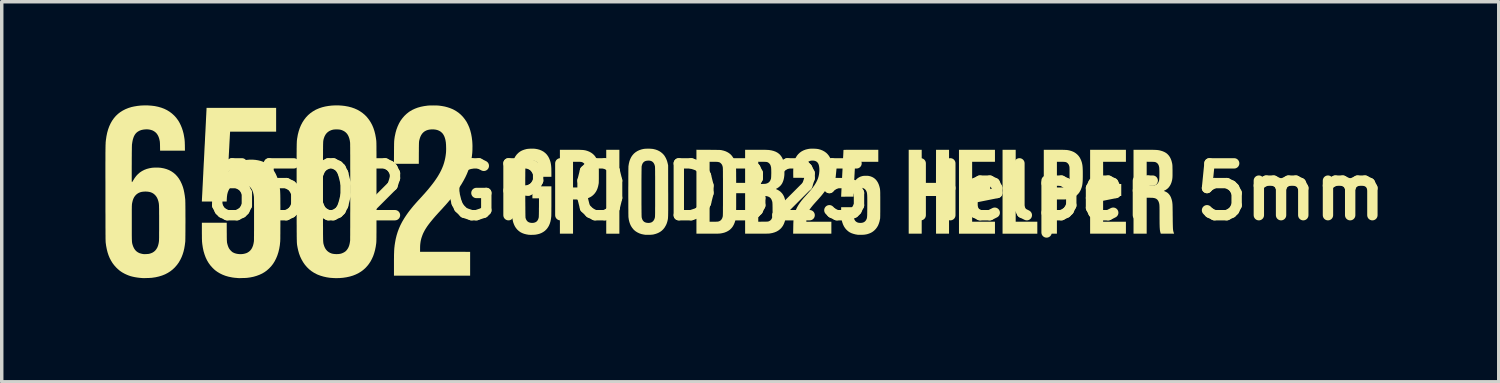
<source format=kicad_pcb>
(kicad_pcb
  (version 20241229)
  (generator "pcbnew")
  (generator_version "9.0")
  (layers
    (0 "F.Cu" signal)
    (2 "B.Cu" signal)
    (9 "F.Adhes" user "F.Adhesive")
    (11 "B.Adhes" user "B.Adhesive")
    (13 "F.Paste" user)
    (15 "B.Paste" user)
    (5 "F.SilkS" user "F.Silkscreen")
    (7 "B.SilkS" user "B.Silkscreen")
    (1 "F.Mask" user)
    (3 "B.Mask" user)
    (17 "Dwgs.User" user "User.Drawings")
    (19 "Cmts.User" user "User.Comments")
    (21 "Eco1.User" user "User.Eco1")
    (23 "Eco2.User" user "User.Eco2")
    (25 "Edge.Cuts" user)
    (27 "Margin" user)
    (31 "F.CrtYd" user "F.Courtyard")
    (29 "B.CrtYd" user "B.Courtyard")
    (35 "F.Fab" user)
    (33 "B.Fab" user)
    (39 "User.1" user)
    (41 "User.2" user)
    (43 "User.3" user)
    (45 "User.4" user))
  (footprint "6502 GPIO DB25 Helper 5mm"
    (layer "F.Cu")
    (at 19.987 2.499)
    (property "Reference" "6502 GPIO DB25 Helper 5mm" (at 0 0 0) (layer "F.SilkS") (effects (font (size 1.5 1.5) (thickness 0.3))))
    (attr board_only exclude_from_pos_files exclude_from_bom)
    (fp_poly (pts (xy -5.113 0) (xy -5.113 1.214) (xy -5.303 1.214) (xy -5.493 1.214) (xy -5.493 0) (xy -5.493 -1.214) (xy -5.303 -1.214) (xy -5.113 -1.214)) (stroke (width 0) (type solid)) (fill yes) (layer "F.SilkS"))
    (fp_poly (pts (xy 6.356 -0.173) (xy 6.356 0.867) (xy 6.669 0.867) (xy 6.982 0.867) (xy 6.982 1.041) (xy 6.982 1.214) (xy 6.479 1.214) (xy 5.976 1.214) (xy 5.976 0) (xy 5.976 -1.214) (xy 6.166 -1.214) (xy 6.356 -1.214)) (stroke (width 0) (type solid)) (fill yes) (layer "F.SilkS"))
    (fp_poly (pts (xy 3.637 -0.72) (xy 3.638 -0.226) (xy 3.843 -0.226) (xy 4.049 -0.226) (xy 4.05 -0.72) (xy 4.051 -1.214) (xy 4.239 -1.214) (xy 4.427 -1.214) (xy 4.427 0) (xy 4.427 1.214) (xy 4.239 1.214) (xy 4.051 1.214) (xy 4.051 0.668) (xy 4.051 0.123) (xy 3.843 0.123) (xy 3.636 0.123) (xy 3.636 0.668) (xy 3.636 1.214) (xy 3.448 1.214) (xy 3.26 1.214) (xy 3.26 0) (xy 3.26 -1.214) (xy 3.448 -1.214) (xy 3.636 -1.214)) (stroke (width 0) (type solid)) (fill yes) (layer "F.SilkS"))
    (fp_poly (pts (xy 5.756 -1.041) (xy 5.756 -0.867) (xy 5.426 -0.867) (xy 5.096 -0.867) (xy 5.096 -0.546) (xy 5.096 -0.224) (xy 5.358 -0.224) (xy 5.62 -0.224) (xy 5.62 -0.051) (xy 5.62 0.123) (xy 5.358 0.123) (xy 5.096 0.123) (xy 5.096 0.495) (xy 5.096 0.867) (xy 5.426 0.867) (xy 5.756 0.867) (xy 5.756 1.041) (xy 5.756 1.214) (xy 5.235 1.214) (xy 4.715 1.214) (xy 4.715 0) (xy 4.715 -1.214) (xy 5.235 -1.214) (xy 5.756 -1.214)) (stroke (width 0) (type solid)) (fill yes) (layer "F.SilkS"))
    (fp_poly (pts (xy 9.546 -1.041) (xy 9.546 -0.867) (xy 9.216 -0.867) (xy 8.886 -0.867) (xy 8.887 -0.547) (xy 8.888 -0.226) (xy 9.15 -0.225) (xy 9.411 -0.224) (xy 9.411 -0.051) (xy 9.411 0.123) (xy 9.148 0.123) (xy 8.886 0.123) (xy 8.886 0.495) (xy 8.886 0.867) (xy 9.216 0.867) (xy 9.546 0.867) (xy 9.546 1.041) (xy 9.546 1.214) (xy 9.028 1.214) (xy 8.51 1.214) (xy 8.51 0) (xy 8.51 -1.214) (xy 9.028 -1.214) (xy 9.546 -1.214)) (stroke (width 0) (type solid)) (fill yes) (layer "F.SilkS"))
    (fp_poly (pts (xy -6.458 -1.214) (xy -6.4 -1.214) (xy -6.348 -1.214) (xy -6.303 -1.213) (xy -6.264 -1.213) (xy -6.23 -1.212) (xy -6.201 -1.21) (xy -6.175 -1.209) (xy -6.153 -1.207) (xy -6.133 -1.204) (xy -6.115 -1.201) (xy -6.098 -1.198) (xy -6.081 -1.194) (xy -6.065 -1.189) (xy -6.047 -1.184) (xy -6.041 -1.182) (xy -5.982 -1.159) (xy -5.928 -1.129) (xy -5.88 -1.094) (xy -5.837 -1.052) (xy -5.801 -1.004) (xy -5.77 -0.949) (xy -5.744 -0.889) (xy -5.731 -0.846) (xy -5.726 -0.827) (xy -5.722 -0.81) (xy -5.718 -0.793) (xy -5.715 -0.777) (xy -5.713 -0.759) (xy -5.711 -0.739) (xy -5.71 -0.717) (xy -5.709 -0.69) (xy -5.708 -0.66) (xy -5.707 -0.624) (xy -5.707 -0.582) (xy -5.707 -0.533) (xy -5.707 -0.495) (xy -5.707 -0.444) (xy -5.707 -0.4) (xy -5.707 -0.364) (xy -5.708 -0.333) (xy -5.708 -0.308) (xy -5.709 -0.287) (xy -5.709 -0.269) (xy -5.71 -0.255) (xy -5.711 -0.243) (xy -5.713 -0.232) (xy -5.715 -0.221) (xy -5.715 -0.22) (xy -5.728 -0.156) (xy -5.745 -0.099) (xy -5.766 -0.047) (xy -5.791 -0.001) (xy -5.821 0.042) (xy -5.848 0.073) (xy -5.88 0.104) (xy -5.913 0.13) (xy -5.948 0.152) (xy -5.964 0.16) (xy -5.997 0.176) (xy -6.03 0.189) (xy -6.064 0.2) (xy -6.1 0.208) (xy -6.139 0.215) (xy -6.182 0.219) (xy -6.23 0.222) (xy -6.285 0.224) (xy -6.33 0.224) (xy -6.454 0.224) (xy -6.454 0.719) (xy -6.454 1.214) (xy -6.644 1.214) (xy -6.834 1.214) (xy -6.834 0) (xy -6.834 -0.495) (xy -6.454 -0.495) (xy -6.454 -0.123) (xy -6.343 -0.123) (xy -6.303 -0.123) (xy -6.272 -0.123) (xy -6.247 -0.124) (xy -6.229 -0.126) (xy -6.215 -0.127) (xy -6.21 -0.129) (xy -6.176 -0.141) (xy -6.147 -0.159) (xy -6.125 -0.182) (xy -6.108 -0.211) (xy -6.096 -0.247) (xy -6.092 -0.264) (xy -6.09 -0.278) (xy -6.089 -0.298) (xy -6.088 -0.325) (xy -6.087 -0.357) (xy -6.086 -0.393) (xy -6.085 -0.432) (xy -6.085 -0.473) (xy -6.085 -0.514) (xy -6.085 -0.555) (xy -6.086 -0.593) (xy -6.086 -0.63) (xy -6.087 -0.662) (xy -6.089 -0.689) (xy -6.09 -0.711) (xy -6.092 -0.724) (xy -6.092 -0.725) (xy -6.102 -0.764) (xy -6.117 -0.796) (xy -6.136 -0.821) (xy -6.161 -0.84) (xy -6.166 -0.844) (xy -6.179 -0.85) (xy -6.191 -0.856) (xy -6.204 -0.86) (xy -6.219 -0.863) (xy -6.236 -0.865) (xy -6.258 -0.866) (xy -6.285 -0.867) (xy -6.319 -0.867) (xy -6.343 -0.867) (xy -6.454 -0.867) (xy -6.454 -0.495) (xy -6.834 -0.495) (xy -6.834 -1.214) (xy -6.524 -1.214)) (stroke (width 0) (type solid)) (fill yes) (layer "F.SilkS"))
    (fp_poly (pts (xy 7.481 -1.214) (xy 7.544 -1.214) (xy 7.6 -1.214) (xy 7.648 -1.214) (xy 7.69 -1.213) (xy 7.727 -1.213) (xy 7.758 -1.212) (xy 7.785 -1.211) (xy 7.808 -1.21) (xy 7.828 -1.209) (xy 7.846 -1.207) (xy 7.863 -1.205) (xy 7.878 -1.202) (xy 7.893 -1.199) (xy 7.909 -1.196) (xy 7.92 -1.193) (xy 7.982 -1.174) (xy 8.04 -1.149) (xy 8.091 -1.117) (xy 8.137 -1.079) (xy 8.178 -1.035) (xy 8.213 -0.985) (xy 8.241 -0.928) (xy 8.259 -0.882) (xy 8.268 -0.855) (xy 8.275 -0.828) (xy 8.281 -0.801) (xy 8.286 -0.773) (xy 8.29 -0.742) (xy 8.293 -0.708) (xy 8.295 -0.67) (xy 8.297 -0.626) (xy 8.298 -0.576) (xy 8.298 -0.519) (xy 8.298 -0.495) (xy 8.298 -0.435) (xy 8.297 -0.383) (xy 8.296 -0.337) (xy 8.294 -0.296) (xy 8.291 -0.261) (xy 8.288 -0.229) (xy 8.283 -0.199) (xy 8.278 -0.172) (xy 8.271 -0.146) (xy 8.263 -0.119) (xy 8.259 -0.108) (xy 8.235 -0.047) (xy 8.205 0.008) (xy 8.169 0.057) (xy 8.127 0.099) (xy 8.08 0.136) (xy 8.027 0.166) (xy 7.968 0.189) (xy 7.919 0.203) (xy 7.892 0.209) (xy 7.865 0.214) (xy 7.837 0.218) (xy 7.806 0.221) (xy 7.772 0.223) (xy 7.733 0.224) (xy 7.687 0.224) (xy 7.671 0.224) (xy 7.549 0.224) (xy 7.549 0.719) (xy 7.549 1.214) (xy 7.359 1.214) (xy 7.169 1.214) (xy 7.169 0) (xy 7.169 -0.495) (xy 7.549 -0.495) (xy 7.549 -0.123) (xy 7.66 -0.123) (xy 7.696 -0.123) (xy 7.724 -0.123) (xy 7.746 -0.124) (xy 7.764 -0.125) (xy 7.777 -0.126) (xy 7.788 -0.128) (xy 7.794 -0.13) (xy 7.82 -0.138) (xy 7.84 -0.148) (xy 7.857 -0.162) (xy 7.865 -0.17) (xy 7.882 -0.191) (xy 7.895 -0.214) (xy 7.905 -0.243) (xy 7.908 -0.253) (xy 7.91 -0.26) (xy 7.911 -0.268) (xy 7.912 -0.278) (xy 7.913 -0.29) (xy 7.914 -0.306) (xy 7.914 -0.326) (xy 7.915 -0.35) (xy 7.915 -0.38) (xy 7.915 -0.416) (xy 7.915 -0.46) (xy 7.915 -0.495) (xy 7.915 -0.544) (xy 7.915 -0.585) (xy 7.915 -0.62) (xy 7.915 -0.648) (xy 7.914 -0.671) (xy 7.914 -0.689) (xy 7.913 -0.704) (xy 7.912 -0.715) (xy 7.911 -0.724) (xy 7.909 -0.732) (xy 7.908 -0.737) (xy 7.897 -0.772) (xy 7.882 -0.799) (xy 7.863 -0.822) (xy 7.861 -0.824) (xy 7.848 -0.835) (xy 7.835 -0.845) (xy 7.821 -0.852) (xy 7.805 -0.858) (xy 7.786 -0.862) (xy 7.763 -0.864) (xy 7.735 -0.866) (xy 7.701 -0.867) (xy 7.659 -0.867) (xy 7.658 -0.867) (xy 7.549 -0.867) (xy 7.549 -0.495) (xy 7.169 -0.495) (xy 7.169 -1.214)) (stroke (width 0) (type solid)) (fill yes) (layer "F.SilkS"))
    (fp_poly (pts (xy 0.491 -1.247) (xy 0.529 -1.246) (xy 0.566 -1.244) (xy 0.601 -1.241) (xy 0.629 -1.237) (xy 0.639 -1.236) (xy 0.705 -1.218) (xy 0.766 -1.194) (xy 0.821 -1.164) (xy 0.871 -1.128) (xy 0.915 -1.085) (xy 0.953 -1.037) (xy 0.985 -0.982) (xy 1.011 -0.922) (xy 1.031 -0.856) (xy 1.038 -0.824) (xy 1.051 -0.736) (xy 1.056 -0.647) (xy 1.052 -0.559) (xy 1.04 -0.471) (xy 1.02 -0.384) (xy 0.991 -0.299) (xy 0.955 -0.215) (xy 0.91 -0.133) (xy 0.897 -0.11) (xy 0.873 -0.073) (xy 0.849 -0.038) (xy 0.825 -0.003) (xy 0.798 0.032) (xy 0.77 0.068) (xy 0.739 0.107) (xy 0.705 0.147) (xy 0.666 0.191) (xy 0.623 0.24) (xy 0.574 0.293) (xy 0.567 0.301) (xy 0.515 0.359) (xy 0.47 0.412) (xy 0.431 0.461) (xy 0.398 0.508) (xy 0.37 0.552) (xy 0.347 0.595) (xy 0.329 0.636) (xy 0.316 0.677) (xy 0.306 0.718) (xy 0.301 0.76) (xy 0.298 0.804) (xy 0.298 0.815) (xy 0.298 0.867) (xy 0.66 0.867) (xy 1.022 0.867) (xy 1.022 1.041) (xy 1.022 1.214) (xy 0.469 1.214) (xy -0.084 1.214) (xy -0.081 1.033) (xy -0.08 0.975) (xy -0.079 0.924) (xy -0.077 0.88) (xy -0.075 0.841) (xy -0.073 0.807) (xy -0.07 0.775) (xy -0.066 0.746) (xy -0.061 0.718) (xy -0.056 0.691) (xy -0.049 0.662) (xy -0.046 0.651) (xy -0.026 0.583) (xy -0.001 0.517) (xy 0.03 0.451) (xy 0.068 0.385) (xy 0.113 0.318) (xy 0.165 0.249) (xy 0.172 0.241) (xy 0.184 0.227) (xy 0.195 0.213) (xy 0.206 0.199) (xy 0.219 0.185) (xy 0.233 0.169) (xy 0.249 0.151) (xy 0.269 0.129) (xy 0.293 0.102) (xy 0.321 0.071) (xy 0.328 0.063) (xy 0.375 0.01) (xy 0.419 -0.041) (xy 0.458 -0.089) (xy 0.492 -0.133) (xy 0.521 -0.172) (xy 0.527 -0.18) (xy 0.57 -0.249) (xy 0.606 -0.317) (xy 0.634 -0.384) (xy 0.654 -0.452) (xy 0.667 -0.521) (xy 0.674 -0.592) (xy 0.675 -0.627) (xy 0.673 -0.684) (xy 0.667 -0.733) (xy 0.658 -0.775) (xy 0.644 -0.811) (xy 0.626 -0.84) (xy 0.603 -0.864) (xy 0.575 -0.882) (xy 0.544 -0.894) (xy 0.525 -0.898) (xy 0.501 -0.901) (xy 0.474 -0.901) (xy 0.448 -0.901) (xy 0.426 -0.898) (xy 0.419 -0.897) (xy 0.385 -0.885) (xy 0.354 -0.866) (xy 0.329 -0.841) (xy 0.309 -0.811) (xy 0.306 -0.806) (xy 0.3 -0.792) (xy 0.295 -0.779) (xy 0.291 -0.765) (xy 0.288 -0.751) (xy 0.285 -0.734) (xy 0.283 -0.714) (xy 0.282 -0.69) (xy 0.28 -0.661) (xy 0.28 -0.626) (xy 0.279 -0.584) (xy 0.278 -0.562) (xy 0.276 -0.402) (xy 0.098 -0.403) (xy -0.08 -0.404) (xy -0.082 -0.501) (xy -0.082 -0.576) (xy -0.081 -0.642) (xy -0.077 -0.702) (xy -0.073 -0.756) (xy -0.066 -0.804) (xy -0.058 -0.848) (xy -0.053 -0.868) (xy -0.032 -0.934) (xy -0.005 -0.993) (xy 0.028 -1.046) (xy 0.067 -1.093) (xy 0.112 -1.134) (xy 0.162 -1.169) (xy 0.218 -1.198) (xy 0.28 -1.221) (xy 0.347 -1.237) (xy 0.393 -1.244) (xy 0.42 -1.246) (xy 0.454 -1.247)) (stroke (width 0) (type solid)) (fill yes) (layer "F.SilkS"))
    (fp_poly (pts (xy -2.539 -1.213) (xy -2.476 -1.213) (xy -2.421 -1.212) (xy -2.373 -1.212) (xy -2.331 -1.212) (xy -2.296 -1.211) (xy -2.266 -1.211) (xy -2.242 -1.21) (xy -2.221 -1.21) (xy -2.204 -1.209) (xy -2.191 -1.208) (xy -2.18 -1.207) (xy -2.17 -1.206) (xy -2.163 -1.205) (xy -2.16 -1.204) (xy -2.095 -1.189) (xy -2.038 -1.17) (xy -1.987 -1.146) (xy -1.941 -1.118) (xy -1.9 -1.085) (xy -1.89 -1.076) (xy -1.852 -1.033) (xy -1.819 -0.985) (xy -1.792 -0.933) (xy -1.77 -0.874) (xy -1.753 -0.81) (xy -1.742 -0.74) (xy -1.737 -0.685) (xy -1.736 -0.672) (xy -1.736 -0.652) (xy -1.735 -0.624) (xy -1.735 -0.589) (xy -1.734 -0.548) (xy -1.734 -0.502) (xy -1.734 -0.451) (xy -1.733 -0.396) (xy -1.733 -0.337) (xy -1.733 -0.275) (xy -1.733 -0.21) (xy -1.733 -0.144) (xy -1.732 -0.076) (xy -1.732 -0.008) (xy -1.732 0.061) (xy -1.733 0.129) (xy -1.733 0.195) (xy -1.733 0.26) (xy -1.733 0.323) (xy -1.733 0.383) (xy -1.733 0.439) (xy -1.734 0.491) (xy -1.734 0.538) (xy -1.735 0.58) (xy -1.735 0.617) (xy -1.736 0.646) (xy -1.736 0.668) (xy -1.737 0.683) (xy -1.737 0.685) (xy -1.745 0.763) (xy -1.759 0.835) (xy -1.779 0.9) (xy -1.805 0.959) (xy -1.836 1.012) (xy -1.873 1.058) (xy -1.915 1.099) (xy -1.964 1.133) (xy -2.018 1.161) (xy -2.078 1.184) (xy -2.145 1.2) (xy -2.195 1.208) (xy -2.207 1.209) (xy -2.22 1.21) (xy -2.236 1.211) (xy -2.255 1.212) (xy -2.279 1.213) (xy -2.306 1.213) (xy -2.339 1.213) (xy -2.377 1.214) (xy -2.422 1.214) (xy -2.473 1.214) (xy -2.532 1.214) (xy -2.565 1.214) (xy -2.883 1.214) (xy -2.883 0) (xy -2.502 0) (xy -2.502 0.867) (xy -2.388 0.867) (xy -2.35 0.867) (xy -2.32 0.867) (xy -2.297 0.866) (xy -2.278 0.865) (xy -2.264 0.864) (xy -2.253 0.862) (xy -2.247 0.861) (xy -2.212 0.848) (xy -2.182 0.828) (xy -2.158 0.802) (xy -2.139 0.77) (xy -2.125 0.731) (xy -2.123 0.721) (xy -2.122 0.716) (xy -2.121 0.711) (xy -2.12 0.704) (xy -2.119 0.696) (xy -2.119 0.686) (xy -2.118 0.674) (xy -2.118 0.659) (xy -2.117 0.641) (xy -2.117 0.62) (xy -2.116 0.594) (xy -2.116 0.565) (xy -2.116 0.53) (xy -2.116 0.491) (xy -2.116 0.446) (xy -2.115 0.395) (xy -2.115 0.338) (xy -2.115 0.275) (xy -2.115 0.204) (xy -2.115 0.126) (xy -2.115 0.039) (xy -2.115 0) (xy -2.115 -0.09) (xy -2.115 -0.172) (xy -2.115 -0.246) (xy -2.115 -0.313) (xy -2.115 -0.373) (xy -2.116 -0.426) (xy -2.116 -0.474) (xy -2.116 -0.516) (xy -2.116 -0.552) (xy -2.116 -0.584) (xy -2.117 -0.611) (xy -2.117 -0.634) (xy -2.117 -0.653) (xy -2.118 -0.669) (xy -2.118 -0.683) (xy -2.119 -0.693) (xy -2.12 -0.702) (xy -2.121 -0.709) (xy -2.121 -0.714) (xy -2.122 -0.719) (xy -2.122 -0.719) (xy -2.131 -0.75) (xy -2.14 -0.775) (xy -2.153 -0.796) (xy -2.167 -0.813) (xy -2.181 -0.827) (xy -2.194 -0.838) (xy -2.208 -0.847) (xy -2.224 -0.854) (xy -2.243 -0.859) (xy -2.265 -0.863) (xy -2.292 -0.865) (xy -2.325 -0.867) (xy -2.365 -0.867) (xy -2.388 -0.867) (xy -2.502 -0.867) (xy -2.502 0) (xy -2.883 0) (xy -2.883 -0.000228) (xy -2.883 -1.215)) (stroke (width 0) (type solid)) (fill yes) (layer "F.SilkS"))
    (fp_poly (pts (xy 10.146 -1.214) (xy 10.204 -1.214) (xy 10.255 -1.214) (xy 10.3 -1.213) (xy 10.338 -1.213) (xy 10.372 -1.212) (xy 10.401 -1.211) (xy 10.426 -1.21) (xy 10.448 -1.208) (xy 10.468 -1.206) (xy 10.486 -1.204) (xy 10.502 -1.201) (xy 10.518 -1.198) (xy 10.534 -1.194) (xy 10.538 -1.193) (xy 10.6 -1.175) (xy 10.656 -1.152) (xy 10.705 -1.124) (xy 10.749 -1.089) (xy 10.786 -1.049) (xy 10.818 -1.003) (xy 10.844 -0.951) (xy 10.866 -0.892) (xy 10.882 -0.827) (xy 10.884 -0.819) (xy 10.886 -0.806) (xy 10.888 -0.793) (xy 10.89 -0.779) (xy 10.891 -0.764) (xy 10.892 -0.745) (xy 10.893 -0.722) (xy 10.893 -0.695) (xy 10.894 -0.661) (xy 10.895 -0.62) (xy 10.895 -0.61) (xy 10.895 -0.559) (xy 10.895 -0.516) (xy 10.895 -0.479) (xy 10.894 -0.447) (xy 10.893 -0.42) (xy 10.891 -0.396) (xy 10.888 -0.373) (xy 10.885 -0.352) (xy 10.881 -0.332) (xy 10.866 -0.275) (xy 10.845 -0.221) (xy 10.819 -0.173) (xy 10.789 -0.131) (xy 10.761 -0.1) (xy 10.742 -0.085) (xy 10.72 -0.068) (xy 10.697 -0.053) (xy 10.675 -0.041) (xy 10.664 -0.036) (xy 10.653 -0.031) (xy 10.648 -0.026) (xy 10.647 -0.024) (xy 10.651 -0.021) (xy 10.662 -0.016) (xy 10.676 -0.01) (xy 10.679 -0.009) (xy 10.722 0.012) (xy 10.761 0.039) (xy 10.794 0.073) (xy 10.823 0.113) (xy 10.847 0.159) (xy 10.866 0.213) (xy 10.872 0.234) (xy 10.876 0.25) (xy 10.88 0.265) (xy 10.883 0.28) (xy 10.886 0.295) (xy 10.888 0.311) (xy 10.89 0.329) (xy 10.892 0.349) (xy 10.894 0.371) (xy 10.895 0.397) (xy 10.896 0.427) (xy 10.897 0.462) (xy 10.897 0.502) (xy 10.898 0.549) (xy 10.899 0.602) (xy 10.899 0.662) (xy 10.9 0.715) (xy 10.901 0.782) (xy 10.901 0.841) (xy 10.902 0.893) (xy 10.903 0.939) (xy 10.904 0.978) (xy 10.905 1.012) (xy 10.906 1.041) (xy 10.907 1.066) (xy 10.909 1.087) (xy 10.911 1.106) (xy 10.913 1.122) (xy 10.916 1.136) (xy 10.919 1.149) (xy 10.922 1.161) (xy 10.926 1.173) (xy 10.931 1.186) (xy 10.941 1.214) (xy 10.748 1.214) (xy 10.555 1.214) (xy 10.548 1.192) (xy 10.543 1.176) (xy 10.539 1.159) (xy 10.535 1.142) (xy 10.532 1.123) (xy 10.529 1.102) (xy 10.527 1.078) (xy 10.525 1.051) (xy 10.523 1.02) (xy 10.522 0.984) (xy 10.521 0.943) (xy 10.52 0.896) (xy 10.52 0.843) (xy 10.519 0.783) (xy 10.519 0.715) (xy 10.519 0.689) (xy 10.519 0.636) (xy 10.519 0.586) (xy 10.519 0.54) (xy 10.518 0.498) (xy 10.518 0.461) (xy 10.517 0.43) (xy 10.516 0.406) (xy 10.515 0.388) (xy 10.515 0.381) (xy 10.507 0.333) (xy 10.494 0.292) (xy 10.477 0.258) (xy 10.456 0.23) (xy 10.43 0.208) (xy 10.41 0.198) (xy 10.392 0.19) (xy 10.371 0.184) (xy 10.348 0.18) (xy 10.321 0.176) (xy 10.288 0.175) (xy 10.249 0.174) (xy 10.233 0.174) (xy 10.147 0.173) (xy 10.147 0.694) (xy 10.147 1.214) (xy 9.957 1.214) (xy 9.766 1.214) (xy 9.766 0) (xy 9.766 -0.52) (xy 10.147 -0.52) (xy 10.147 -0.172) (xy 10.249 -0.175) (xy 10.284 -0.175) (xy 10.312 -0.176) (xy 10.333 -0.177) (xy 10.35 -0.179) (xy 10.363 -0.181) (xy 10.373 -0.183) (xy 10.375 -0.184) (xy 10.413 -0.199) (xy 10.444 -0.22) (xy 10.469 -0.246) (xy 10.489 -0.278) (xy 10.503 -0.316) (xy 10.508 -0.339) (xy 10.51 -0.354) (xy 10.512 -0.376) (xy 10.513 -0.403) (xy 10.514 -0.435) (xy 10.515 -0.47) (xy 10.515 -0.508) (xy 10.515 -0.545) (xy 10.515 -0.583) (xy 10.514 -0.618) (xy 10.513 -0.649) (xy 10.512 -0.676) (xy 10.51 -0.698) (xy 10.509 -0.709) (xy 10.499 -0.751) (xy 10.483 -0.787) (xy 10.463 -0.816) (xy 10.437 -0.838) (xy 10.406 -0.855) (xy 10.406 -0.855) (xy 10.398 -0.858) (xy 10.39 -0.86) (xy 10.382 -0.862) (xy 10.371 -0.863) (xy 10.357 -0.864) (xy 10.338 -0.865) (xy 10.313 -0.866) (xy 10.282 -0.866) (xy 10.264 -0.866) (xy 10.147 -0.868) (xy 10.147 -0.52) (xy 9.766 -0.52) (xy 9.766 -1.214) (xy 10.08 -1.214)) (stroke (width 0) (type solid)) (fill yes) (layer "F.SilkS"))
    (fp_poly (pts (xy -1.093 -1.214) (xy -1.038 -1.214) (xy -0.99 -1.214) (xy -0.948 -1.214) (xy -0.913 -1.213) (xy -0.882 -1.213) (xy -0.857 -1.212) (xy -0.835 -1.211) (xy -0.817 -1.211) (xy -0.802 -1.21) (xy -0.789 -1.208) (xy -0.783 -1.208) (xy -0.712 -1.197) (xy -0.648 -1.18) (xy -0.591 -1.159) (xy -0.54 -1.132) (xy -0.495 -1.099) (xy -0.456 -1.061) (xy -0.422 -1.016) (xy -0.394 -0.966) (xy -0.372 -0.909) (xy -0.354 -0.845) (xy -0.347 -0.808) (xy -0.344 -0.79) (xy -0.342 -0.765) (xy -0.34 -0.735) (xy -0.339 -0.701) (xy -0.338 -0.664) (xy -0.337 -0.625) (xy -0.337 -0.587) (xy -0.337 -0.551) (xy -0.337 -0.518) (xy -0.338 -0.489) (xy -0.34 -0.467) (xy -0.34 -0.465) (xy -0.349 -0.399) (xy -0.363 -0.34) (xy -0.382 -0.286) (xy -0.404 -0.239) (xy -0.43 -0.201) (xy -0.463 -0.164) (xy -0.5 -0.132) (xy -0.539 -0.105) (xy -0.562 -0.093) (xy -0.573 -0.087) (xy -0.58 -0.082) (xy -0.581 -0.079) (xy -0.576 -0.076) (xy -0.566 -0.071) (xy -0.552 -0.064) (xy -0.547 -0.062) (xy -0.499 -0.036) (xy -0.454 -0.004) (xy -0.415 0.035) (xy -0.381 0.079) (xy -0.354 0.127) (xy -0.344 0.15) (xy -0.334 0.177) (xy -0.326 0.203) (xy -0.319 0.229) (xy -0.313 0.256) (xy -0.308 0.285) (xy -0.305 0.317) (xy -0.302 0.353) (xy -0.3 0.393) (xy -0.299 0.44) (xy -0.298 0.493) (xy -0.298 0.534) (xy -0.298 0.588) (xy -0.299 0.635) (xy -0.3 0.675) (xy -0.301 0.709) (xy -0.303 0.739) (xy -0.306 0.765) (xy -0.309 0.789) (xy -0.314 0.812) (xy -0.319 0.834) (xy -0.325 0.856) (xy -0.331 0.874) (xy -0.354 0.934) (xy -0.383 0.989) (xy -0.419 1.038) (xy -0.46 1.081) (xy -0.508 1.119) (xy -0.561 1.15) (xy -0.621 1.175) (xy -0.686 1.194) (xy -0.757 1.207) (xy -0.765 1.208) (xy -0.776 1.209) (xy -0.79 1.21) (xy -0.806 1.211) (xy -0.824 1.212) (xy -0.847 1.212) (xy -0.874 1.213) (xy -0.906 1.213) (xy -0.944 1.214) (xy -0.988 1.214) (xy -1.038 1.214) (xy -1.096 1.214) (xy -1.145 1.214) (xy -1.474 1.214) (xy -1.474 0.495) (xy -1.094 0.495) (xy -1.094 0.868) (xy -0.955 0.866) (xy -0.916 0.866) (xy -0.884 0.865) (xy -0.858 0.865) (xy -0.838 0.864) (xy -0.823 0.863) (xy -0.811 0.861) (xy -0.803 0.86) (xy -0.795 0.858) (xy -0.795 0.858) (xy -0.762 0.842) (xy -0.734 0.821) (xy -0.712 0.794) (xy -0.697 0.761) (xy -0.696 0.759) (xy -0.692 0.746) (xy -0.689 0.732) (xy -0.686 0.718) (xy -0.683 0.703) (xy -0.682 0.685) (xy -0.681 0.664) (xy -0.68 0.639) (xy -0.679 0.609) (xy -0.679 0.573) (xy -0.68 0.53) (xy -0.68 0.495) (xy -0.68 0.451) (xy -0.681 0.414) (xy -0.681 0.384) (xy -0.682 0.36) (xy -0.683 0.34) (xy -0.684 0.325) (xy -0.685 0.312) (xy -0.686 0.302) (xy -0.688 0.293) (xy -0.69 0.284) (xy -0.691 0.28) (xy -0.705 0.239) (xy -0.723 0.204) (xy -0.746 0.176) (xy -0.774 0.155) (xy -0.809 0.139) (xy -0.843 0.129) (xy -0.856 0.127) (xy -0.874 0.125) (xy -0.897 0.124) (xy -0.926 0.123) (xy -0.963 0.123) (xy -0.983 0.123) (xy -1.094 0.123) (xy -1.094 0.495) (xy -1.474 0.495) (xy -1.474 0) (xy -1.474 -0.545) (xy -1.094 -0.545) (xy -1.094 -0.223) (xy -0.991 -0.225) (xy -0.953 -0.226) (xy -0.923 -0.228) (xy -0.899 -0.229) (xy -0.881 -0.231) (xy -0.868 -0.233) (xy -0.863 -0.235) (xy -0.826 -0.248) (xy -0.794 -0.267) (xy -0.768 -0.292) (xy -0.747 -0.324) (xy -0.731 -0.362) (xy -0.727 -0.374) (xy -0.724 -0.388) (xy -0.722 -0.409) (xy -0.72 -0.435) (xy -0.719 -0.466) (xy -0.718 -0.5) (xy -0.717 -0.536) (xy -0.717 -0.572) (xy -0.718 -0.607) (xy -0.718 -0.64) (xy -0.72 -0.669) (xy -0.721 -0.693) (xy -0.724 -0.71) (xy -0.734 -0.752) (xy -0.75 -0.788) (xy -0.772 -0.817) (xy -0.798 -0.84) (xy -0.826 -0.855) (xy -0.834 -0.858) (xy -0.841 -0.86) (xy -0.85 -0.862) (xy -0.86 -0.863) (xy -0.874 -0.864) (xy -0.892 -0.865) (xy -0.916 -0.866) (xy -0.946 -0.866) (xy -0.972 -0.866) (xy -1.094 -0.868) (xy -1.094 -0.545) (xy -1.474 -0.545) (xy -1.474 -1.214) (xy -1.156 -1.214)) (stroke (width 0) (type solid)) (fill yes) (layer "F.SilkS"))
    (fp_poly (pts (xy -7.589 -1.246) (xy -7.561 -1.245) (xy -7.554 -1.244) (xy -7.484 -1.232) (xy -7.419 -1.214) (xy -7.36 -1.189) (xy -7.306 -1.159) (xy -7.258 -1.121) (xy -7.215 -1.078) (xy -7.178 -1.028) (xy -7.147 -0.972) (xy -7.122 -0.91) (xy -7.12 -0.904) (xy -7.11 -0.871) (xy -7.101 -0.837) (xy -7.095 -0.802) (xy -7.089 -0.763) (xy -7.085 -0.721) (xy -7.082 -0.674) (xy -7.081 -0.621) (xy -7.08 -0.561) (xy -7.08 -0.54) (xy -7.08 -0.432) (xy -7.259 -0.432) (xy -7.438 -0.432) (xy -7.44 -0.579) (xy -7.441 -0.619) (xy -7.442 -0.651) (xy -7.442 -0.678) (xy -7.443 -0.699) (xy -7.444 -0.715) (xy -7.446 -0.729) (xy -7.447 -0.74) (xy -7.449 -0.749) (xy -7.451 -0.758) (xy -7.465 -0.799) (xy -7.483 -0.833) (xy -7.506 -0.859) (xy -7.533 -0.879) (xy -7.566 -0.893) (xy -7.604 -0.9) (xy -7.637 -0.902) (xy -7.674 -0.9) (xy -7.706 -0.895) (xy -7.733 -0.885) (xy -7.757 -0.871) (xy -7.772 -0.858) (xy -7.794 -0.834) (xy -7.81 -0.806) (xy -7.822 -0.772) (xy -7.831 -0.732) (xy -7.833 -0.721) (xy -7.833 -0.711) (xy -7.834 -0.694) (xy -7.834 -0.669) (xy -7.835 -0.638) (xy -7.835 -0.601) (xy -7.836 -0.558) (xy -7.836 -0.51) (xy -7.836 -0.457) (xy -7.837 -0.401) (xy -7.837 -0.341) (xy -7.837 -0.278) (xy -7.837 -0.213) (xy -7.837 -0.146) (xy -7.837 -0.078) (xy -7.837 -0.009) (xy -7.836 0.06) (xy -7.836 0.129) (xy -7.836 0.197) (xy -7.836 0.264) (xy -7.835 0.328) (xy -7.835 0.39) (xy -7.834 0.449) (xy -7.834 0.505) (xy -7.833 0.556) (xy -7.833 0.603) (xy -7.832 0.644) (xy -7.832 0.68) (xy -7.831 0.71) (xy -7.83 0.732) (xy -7.83 0.748) (xy -7.829 0.755) (xy -7.829 0.755) (xy -7.815 0.796) (xy -7.796 0.83) (xy -7.773 0.858) (xy -7.744 0.878) (xy -7.71 0.892) (xy -7.671 0.9) (xy -7.638 0.902) (xy -7.595 0.899) (xy -7.557 0.889) (xy -7.525 0.874) (xy -7.498 0.852) (xy -7.476 0.823) (xy -7.459 0.788) (xy -7.449 0.753) (xy -7.447 0.746) (xy -7.446 0.737) (xy -7.445 0.726) (xy -7.444 0.711) (xy -7.444 0.693) (xy -7.443 0.67) (xy -7.442 0.642) (xy -7.442 0.608) (xy -7.441 0.568) (xy -7.441 0.52) (xy -7.441 0.465) (xy -7.44 0.458) (xy -7.439 0.19) (xy -7.534 0.19) (xy -7.63 0.19) (xy -7.63 0.017) (xy -7.63 -0.157) (xy -7.355 -0.157) (xy -7.08 -0.157) (xy -7.08 0.246) (xy -7.08 0.308) (xy -7.08 0.367) (xy -7.08 0.424) (xy -7.081 0.478) (xy -7.081 0.528) (xy -7.081 0.574) (xy -7.082 0.615) (xy -7.082 0.649) (xy -7.083 0.677) (xy -7.083 0.698) (xy -7.084 0.711) (xy -7.093 0.789) (xy -7.107 0.86) (xy -7.128 0.927) (xy -7.154 0.987) (xy -7.187 1.041) (xy -7.225 1.089) (xy -7.268 1.131) (xy -7.318 1.166) (xy -7.373 1.196) (xy -7.433 1.219) (xy -7.5 1.235) (xy -7.537 1.241) (xy -7.556 1.244) (xy -7.582 1.245) (xy -7.611 1.246) (xy -7.641 1.247) (xy -7.672 1.248) (xy -7.699 1.247) (xy -7.722 1.246) (xy -7.738 1.245) (xy -7.807 1.233) (xy -7.87 1.217) (xy -7.927 1.195) (xy -7.978 1.169) (xy -8.023 1.136) (xy -8.064 1.099) (xy -8.069 1.094) (xy -8.107 1.048) (xy -8.139 0.997) (xy -8.165 0.941) (xy -8.187 0.879) (xy -8.202 0.811) (xy -8.213 0.737) (xy -8.213 0.73) (xy -8.214 0.72) (xy -8.214 0.701) (xy -8.215 0.676) (xy -8.215 0.643) (xy -8.216 0.604) (xy -8.216 0.56) (xy -8.217 0.511) (xy -8.217 0.457) (xy -8.217 0.399) (xy -8.217 0.338) (xy -8.218 0.274) (xy -8.218 0.207) (xy -8.218 0.139) (xy -8.218 0.07) (xy -8.218 0.000423) (xy -8.218 -0.069) (xy -8.218 -0.138) (xy -8.218 -0.206) (xy -8.218 -0.273) (xy -8.217 -0.337) (xy -8.217 -0.398) (xy -8.217 -0.456) (xy -8.217 -0.51) (xy -8.216 -0.56) (xy -8.216 -0.604) (xy -8.215 -0.643) (xy -8.215 -0.675) (xy -8.214 -0.701) (xy -8.214 -0.719) (xy -8.213 -0.73) (xy -8.213 -0.73) (xy -8.203 -0.804) (xy -8.188 -0.872) (xy -8.168 -0.934) (xy -8.142 -0.99) (xy -8.116 -1.035) (xy -8.078 -1.084) (xy -8.034 -1.127) (xy -7.985 -1.164) (xy -7.93 -1.194) (xy -7.869 -1.217) (xy -7.803 -1.235) (xy -7.788 -1.238) (xy -7.763 -1.241) (xy -7.732 -1.244) (xy -7.697 -1.246) (xy -7.66 -1.247) (xy -7.623 -1.247)) (stroke (width 0) (type solid)) (fill yes) (layer "F.SilkS"))
    (fp_poly (pts (xy -10.458 -2.497) (xy -10.42 -2.497) (xy -10.386 -2.496) (xy -10.357 -2.494) (xy -10.337 -2.493) (xy -10.249 -2.481) (xy -10.167 -2.466) (xy -10.091 -2.446) (xy -10.018 -2.422) (xy -9.948 -2.394) (xy -9.908 -2.375) (xy -9.835 -2.333) (xy -9.765 -2.285) (xy -9.7 -2.229) (xy -9.64 -2.167) (xy -9.586 -2.099) (xy -9.537 -2.026) (xy -9.53 -2.014) (xy -9.491 -1.938) (xy -9.456 -1.857) (xy -9.427 -1.77) (xy -9.403 -1.677) (xy -9.385 -1.579) (xy -9.372 -1.476) (xy -9.369 -1.439) (xy -9.367 -1.403) (xy -9.365 -1.361) (xy -9.364 -1.315) (xy -9.365 -1.268) (xy -9.365 -1.221) (xy -9.367 -1.177) (xy -9.369 -1.138) (xy -9.371 -1.115) (xy -9.383 -1.012) (xy -9.401 -0.91) (xy -9.423 -0.811) (xy -9.452 -0.712) (xy -9.486 -0.614) (xy -9.525 -0.516) (xy -9.571 -0.418) (xy -9.624 -0.319) (xy -9.682 -0.219) (xy -9.748 -0.118) (xy -9.82 -0.014) (xy -9.9 0.092) (xy -9.987 0.201) (xy -10.02 0.241) (xy -10.053 0.28) (xy -10.085 0.318) (xy -10.118 0.355) (xy -10.151 0.393) (xy -10.188 0.433) (xy -10.227 0.477) (xy -10.271 0.525) (xy -10.295 0.55) (xy -10.366 0.628) (xy -10.431 0.7) (xy -10.49 0.768) (xy -10.543 0.832) (xy -10.592 0.892) (xy -10.635 0.948) (xy -10.674 1.002) (xy -10.708 1.054) (xy -10.739 1.104) (xy -10.765 1.153) (xy -10.789 1.2) (xy -10.809 1.247) (xy -10.826 1.295) (xy -10.842 1.342) (xy -10.851 1.377) (xy -10.862 1.423) (xy -10.869 1.468) (xy -10.875 1.515) (xy -10.879 1.565) (xy -10.88 1.622) (xy -10.88 1.637) (xy -10.881 1.737) (xy -10.156 1.738) (xy -9.432 1.739) (xy -9.432 2.084) (xy -9.432 2.428) (xy -10.534 2.428) (xy -11.636 2.428) (xy -11.636 2.105) (xy -11.636 2.03) (xy -11.636 1.964) (xy -11.635 1.904) (xy -11.635 1.85) (xy -11.634 1.802) (xy -11.632 1.758) (xy -11.631 1.719) (xy -11.629 1.682) (xy -11.627 1.648) (xy -11.624 1.616) (xy -11.62 1.585) (xy -11.617 1.553) (xy -11.612 1.522) (xy -11.607 1.489) (xy -11.606 1.481) (xy -11.586 1.37) (xy -11.56 1.264) (xy -11.529 1.163) (xy -11.492 1.064) (xy -11.449 0.967) (xy -11.399 0.87) (xy -11.341 0.772) (xy -11.308 0.721) (xy -11.271 0.666) (xy -11.233 0.612) (xy -11.193 0.558) (xy -11.15 0.504) (xy -11.105 0.448) (xy -11.056 0.389) (xy -11.002 0.328) (xy -10.943 0.262) (xy -10.879 0.193) (xy -10.791 0.096) (xy -10.709 0.004) (xy -10.634 -0.084) (xy -10.565 -0.169) (xy -10.502 -0.25) (xy -10.445 -0.329) (xy -10.393 -0.405) (xy -10.347 -0.479) (xy -10.306 -0.551) (xy -10.269 -0.623) (xy -10.238 -0.693) (xy -10.21 -0.763) (xy -10.187 -0.834) (xy -10.168 -0.904) (xy -10.152 -0.976) (xy -10.14 -1.049) (xy -10.131 -1.123) (xy -10.13 -1.138) (xy -10.128 -1.166) (xy -10.127 -1.2) (xy -10.126 -1.238) (xy -10.127 -1.279) (xy -10.128 -1.319) (xy -10.129 -1.358) (xy -10.132 -1.393) (xy -10.134 -1.423) (xy -10.136 -1.438) (xy -10.147 -1.501) (xy -10.162 -1.556) (xy -10.18 -1.605) (xy -10.202 -1.647) (xy -10.227 -1.684) (xy -10.258 -1.716) (xy -10.293 -1.744) (xy -10.298 -1.748) (xy -10.34 -1.77) (xy -10.387 -1.788) (xy -10.439 -1.799) (xy -10.493 -1.805) (xy -10.549 -1.805) (xy -10.606 -1.799) (xy -10.652 -1.79) (xy -10.701 -1.773) (xy -10.745 -1.75) (xy -10.784 -1.72) (xy -10.819 -1.683) (xy -10.848 -1.64) (xy -10.873 -1.589) (xy -10.892 -1.532) (xy -10.905 -1.48) (xy -10.907 -1.471) (xy -10.908 -1.462) (xy -10.909 -1.453) (xy -10.911 -1.443) (xy -10.911 -1.43) (xy -10.912 -1.415) (xy -10.913 -1.397) (xy -10.913 -1.375) (xy -10.914 -1.348) (xy -10.914 -1.316) (xy -10.915 -1.278) (xy -10.915 -1.233) (xy -10.915 -1.182) (xy -10.916 -1.122) (xy -10.916 -1.122) (xy -10.917 -0.808) (xy -11.277 -0.808) (xy -11.637 -0.808) (xy -11.635 -1.128) (xy -11.635 -1.192) (xy -11.634 -1.248) (xy -11.634 -1.296) (xy -11.633 -1.339) (xy -11.633 -1.376) (xy -11.632 -1.408) (xy -11.631 -1.436) (xy -11.63 -1.461) (xy -11.628 -1.484) (xy -11.626 -1.505) (xy -11.624 -1.525) (xy -11.621 -1.544) (xy -11.618 -1.564) (xy -11.615 -1.586) (xy -11.611 -1.609) (xy -11.61 -1.612) (xy -11.589 -1.712) (xy -11.562 -1.806) (xy -11.528 -1.895) (xy -11.489 -1.979) (xy -11.444 -2.057) (xy -11.392 -2.128) (xy -11.335 -2.194) (xy -11.272 -2.254) (xy -11.204 -2.308) (xy -11.179 -2.325) (xy -11.108 -2.367) (xy -11.031 -2.403) (xy -10.949 -2.434) (xy -10.86 -2.459) (xy -10.766 -2.478) (xy -10.665 -2.492) (xy -10.663 -2.493) (xy -10.64 -2.494) (xy -10.61 -2.496) (xy -10.575 -2.497) (xy -10.537 -2.497) (xy -10.498 -2.498)) (stroke (width 0) (type solid)) (fill yes) (layer "F.SilkS"))
    (fp_poly (pts (xy -4.237 -1.246) (xy -4.198 -1.244) (xy -4.164 -1.241) (xy -4.135 -1.238) (xy -4.129 -1.236) (xy -4.066 -1.221) (xy -4.01 -1.201) (xy -3.959 -1.176) (xy -3.912 -1.146) (xy -3.87 -1.111) (xy -3.867 -1.109) (xy -3.838 -1.079) (xy -3.813 -1.049) (xy -3.792 -1.016) (xy -3.771 -0.979) (xy -3.767 -0.971) (xy -3.754 -0.942) (xy -3.743 -0.916) (xy -3.734 -0.892) (xy -3.726 -0.865) (xy -3.718 -0.834) (xy -3.713 -0.814) (xy -3.702 -0.764) (xy -3.701 -0.026) (xy -3.7 0.07) (xy -3.7 0.157) (xy -3.7 0.237) (xy -3.7 0.31) (xy -3.7 0.376) (xy -3.7 0.435) (xy -3.7 0.488) (xy -3.7 0.536) (xy -3.701 0.578) (xy -3.701 0.615) (xy -3.702 0.648) (xy -3.702 0.677) (xy -3.703 0.702) (xy -3.704 0.724) (xy -3.705 0.743) (xy -3.706 0.76) (xy -3.707 0.774) (xy -3.709 0.787) (xy -3.711 0.798) (xy -3.712 0.809) (xy -3.715 0.819) (xy -3.717 0.829) (xy -3.72 0.84) (xy -3.722 0.851) (xy -3.723 0.853) (xy -3.731 0.882) (xy -3.739 0.907) (xy -3.748 0.931) (xy -3.76 0.958) (xy -3.772 0.981) (xy -3.804 1.036) (xy -3.842 1.084) (xy -3.886 1.127) (xy -3.936 1.163) (xy -3.992 1.193) (xy -4.054 1.217) (xy -4.121 1.235) (xy -4.125 1.236) (xy -4.143 1.239) (xy -4.161 1.241) (xy -4.183 1.243) (xy -4.208 1.245) (xy -4.24 1.245) (xy -4.26 1.246) (xy -4.288 1.246) (xy -4.313 1.246) (xy -4.335 1.246) (xy -4.352 1.246) (xy -4.362 1.246) (xy -4.364 1.246) (xy -4.372 1.244) (xy -4.387 1.242) (xy -4.405 1.239) (xy -4.417 1.237) (xy -4.477 1.224) (xy -4.535 1.204) (xy -4.589 1.178) (xy -4.64 1.147) (xy -4.684 1.111) (xy -4.706 1.089) (xy -4.744 1.042) (xy -4.777 0.991) (xy -4.803 0.935) (xy -4.824 0.874) (xy -4.84 0.808) (xy -4.85 0.738) (xy -4.851 0.729) (xy -4.851 0.712) (xy -4.852 0.687) (xy -4.852 0.655) (xy -4.853 0.618) (xy -4.853 0.574) (xy -4.853 0.526) (xy -4.854 0.473) (xy -4.854 0.415) (xy -4.854 0.355) (xy -4.854 0.291) (xy -4.854 0.225) (xy -4.855 0.158) (xy -4.855 0.089) (xy -4.855 0.019) (xy -4.855 -0.031) (xy -4.474 -0.031) (xy -4.474 0.039) (xy -4.474 0.108) (xy -4.474 0.177) (xy -4.474 0.244) (xy -4.474 0.309) (xy -4.474 0.371) (xy -4.473 0.431) (xy -4.473 0.487) (xy -4.472 0.539) (xy -4.472 0.586) (xy -4.471 0.628) (xy -4.471 0.664) (xy -4.47 0.693) (xy -4.469 0.716) (xy -4.469 0.732) (xy -4.468 0.739) (xy -4.458 0.778) (xy -4.445 0.811) (xy -4.428 0.838) (xy -4.406 0.861) (xy -4.394 0.871) (xy -4.368 0.885) (xy -4.336 0.895) (xy -4.301 0.901) (xy -4.265 0.902) (xy -4.23 0.899) (xy -4.197 0.89) (xy -4.183 0.885) (xy -4.153 0.866) (xy -4.129 0.842) (xy -4.109 0.812) (xy -4.093 0.774) (xy -4.085 0.745) (xy -4.085 0.741) (xy -4.084 0.735) (xy -4.083 0.729) (xy -4.082 0.721) (xy -4.082 0.711) (xy -4.081 0.698) (xy -4.081 0.683) (xy -4.08 0.665) (xy -4.08 0.643) (xy -4.079 0.618) (xy -4.079 0.588) (xy -4.079 0.553) (xy -4.079 0.513) (xy -4.079 0.468) (xy -4.078 0.417) (xy -4.078 0.36) (xy -4.078 0.296) (xy -4.078 0.225) (xy -4.078 0.147) (xy -4.078 0.06) (xy -4.078 0) (xy -4.078 -0.091) (xy -4.078 -0.175) (xy -4.078 -0.251) (xy -4.078 -0.319) (xy -4.078 -0.381) (xy -4.078 -0.436) (xy -4.079 -0.485) (xy -4.079 -0.528) (xy -4.079 -0.566) (xy -4.079 -0.599) (xy -4.08 -0.627) (xy -4.08 -0.651) (xy -4.08 -0.672) (xy -4.081 -0.689) (xy -4.081 -0.703) (xy -4.082 -0.714) (xy -4.082 -0.724) (xy -4.083 -0.731) (xy -4.084 -0.737) (xy -4.085 -0.742) (xy -4.085 -0.745) (xy -4.098 -0.788) (xy -4.116 -0.824) (xy -4.138 -0.853) (xy -4.165 -0.875) (xy -4.177 -0.882) (xy -4.199 -0.891) (xy -4.222 -0.897) (xy -4.248 -0.901) (xy -4.279 -0.901) (xy -4.322 -0.898) (xy -4.359 -0.889) (xy -4.391 -0.873) (xy -4.417 -0.851) (xy -4.439 -0.822) (xy -4.455 -0.786) (xy -4.467 -0.743) (xy -4.468 -0.739) (xy -4.469 -0.73) (xy -4.47 -0.714) (xy -4.47 -0.69) (xy -4.471 -0.66) (xy -4.471 -0.623) (xy -4.472 -0.58) (xy -4.472 -0.532) (xy -4.473 -0.48) (xy -4.473 -0.424) (xy -4.474 -0.364) (xy -4.474 -0.301) (xy -4.474 -0.236) (xy -4.474 -0.168) (xy -4.474 -0.1) (xy -4.474 -0.031) (xy -4.855 -0.031) (xy -4.855 -0.051) (xy -4.855 -0.12) (xy -4.854 -0.189) (xy -4.854 -0.256) (xy -4.854 -0.321) (xy -4.854 -0.383) (xy -4.854 -0.442) (xy -4.853 -0.498) (xy -4.853 -0.549) (xy -4.853 -0.595) (xy -4.852 -0.636) (xy -4.852 -0.671) (xy -4.851 -0.7) (xy -4.851 -0.721) (xy -4.85 -0.735) (xy -4.85 -0.739) (xy -4.838 -0.815) (xy -4.821 -0.885) (xy -4.797 -0.949) (xy -4.768 -1.007) (xy -4.732 -1.059) (xy -4.691 -1.105) (xy -4.644 -1.144) (xy -4.591 -1.178) (xy -4.533 -1.205) (xy -4.469 -1.226) (xy -4.417 -1.238) (xy -4.389 -1.242) (xy -4.355 -1.245) (xy -4.317 -1.246) (xy -4.277 -1.247)) (stroke (width 0) (type solid)) (fill yes) (layer "F.SilkS"))
    (fp_poly (pts (xy 2.38 -1.041) (xy 2.38 -0.867) (xy 2.045 -0.867) (xy 1.711 -0.867) (xy 1.711 -0.858) (xy 1.711 -0.852) (xy 1.71 -0.838) (xy 1.709 -0.818) (xy 1.708 -0.791) (xy 1.706 -0.759) (xy 1.704 -0.722) (xy 1.702 -0.681) (xy 1.7 -0.637) (xy 1.697 -0.59) (xy 1.696 -0.576) (xy 1.694 -0.528) (xy 1.691 -0.483) (xy 1.689 -0.441) (xy 1.687 -0.403) (xy 1.685 -0.37) (xy 1.684 -0.342) (xy 1.683 -0.319) (xy 1.682 -0.304) (xy 1.682 -0.296) (xy 1.682 -0.295) (xy 1.683 -0.289) (xy 1.687 -0.289) (xy 1.694 -0.297) (xy 1.704 -0.31) (xy 1.738 -0.352) (xy 1.778 -0.388) (xy 1.822 -0.417) (xy 1.872 -0.44) (xy 1.925 -0.455) (xy 1.949 -0.459) (xy 1.979 -0.461) (xy 2.011 -0.462) (xy 2.045 -0.462) (xy 2.076 -0.461) (xy 2.102 -0.458) (xy 2.104 -0.458) (xy 2.159 -0.444) (xy 2.209 -0.424) (xy 2.255 -0.397) (xy 2.296 -0.363) (xy 2.332 -0.322) (xy 2.363 -0.275) (xy 2.389 -0.221) (xy 2.41 -0.161) (xy 2.411 -0.155) (xy 2.415 -0.14) (xy 2.419 -0.126) (xy 2.422 -0.113) (xy 2.425 -0.1) (xy 2.428 -0.087) (xy 2.43 -0.072) (xy 2.431 -0.057) (xy 2.433 -0.039) (xy 2.434 -0.018) (xy 2.435 0.006) (xy 2.436 0.033) (xy 2.436 0.066) (xy 2.436 0.103) (xy 2.437 0.146) (xy 2.437 0.195) (xy 2.437 0.252) (xy 2.437 0.315) (xy 2.437 0.362) (xy 2.437 0.429) (xy 2.437 0.488) (xy 2.437 0.54) (xy 2.437 0.585) (xy 2.436 0.624) (xy 2.436 0.658) (xy 2.436 0.686) (xy 2.435 0.709) (xy 2.435 0.729) (xy 2.434 0.745) (xy 2.434 0.758) (xy 2.433 0.769) (xy 2.432 0.779) (xy 2.431 0.787) (xy 2.429 0.794) (xy 2.429 0.795) (xy 2.414 0.864) (xy 2.394 0.926) (xy 2.371 0.981) (xy 2.342 1.03) (xy 2.309 1.074) (xy 2.271 1.114) (xy 2.264 1.12) (xy 2.228 1.15) (xy 2.193 1.173) (xy 2.155 1.193) (xy 2.111 1.211) (xy 2.104 1.213) (xy 2.071 1.224) (xy 2.039 1.232) (xy 2.005 1.238) (xy 1.969 1.243) (xy 1.928 1.245) (xy 1.887 1.246) (xy 1.859 1.246) (xy 1.834 1.246) (xy 1.813 1.246) (xy 1.796 1.246) (xy 1.786 1.246) (xy 1.785 1.245) (xy 1.715 1.233) (xy 1.652 1.216) (xy 1.596 1.196) (xy 1.546 1.17) (xy 1.51 1.145) (xy 1.463 1.104) (xy 1.422 1.057) (xy 1.387 1.004) (xy 1.359 0.945) (xy 1.336 0.88) (xy 1.319 0.81) (xy 1.31 0.744) (xy 1.308 0.729) (xy 1.307 0.707) (xy 1.306 0.679) (xy 1.306 0.648) (xy 1.305 0.615) (xy 1.305 0.58) (xy 1.305 0.576) (xy 1.305 0.448) (xy 1.485 0.448) (xy 1.664 0.448) (xy 1.666 0.593) (xy 1.666 0.635) (xy 1.667 0.67) (xy 1.668 0.698) (xy 1.669 0.721) (xy 1.671 0.74) (xy 1.673 0.756) (xy 1.676 0.769) (xy 1.68 0.782) (xy 1.685 0.795) (xy 1.692 0.808) (xy 1.693 0.811) (xy 1.711 0.841) (xy 1.736 0.865) (xy 1.766 0.884) (xy 1.801 0.896) (xy 1.828 0.9) (xy 1.876 0.902) (xy 1.917 0.897) (xy 1.954 0.885) (xy 1.985 0.867) (xy 2.01 0.843) (xy 2.03 0.813) (xy 2.031 0.811) (xy 2.036 0.8) (xy 2.041 0.79) (xy 2.045 0.78) (xy 2.048 0.77) (xy 2.051 0.758) (xy 2.053 0.745) (xy 2.055 0.729) (xy 2.056 0.71) (xy 2.058 0.688) (xy 2.059 0.661) (xy 2.059 0.628) (xy 2.06 0.59) (xy 2.06 0.546) (xy 2.061 0.494) (xy 2.061 0.436) (xy 2.062 0.368) (xy 2.062 0.308) (xy 2.062 0.255) (xy 2.061 0.209) (xy 2.061 0.169) (xy 2.06 0.135) (xy 2.059 0.105) (xy 2.057 0.08) (xy 2.055 0.058) (xy 2.052 0.039) (xy 2.049 0.023) (xy 2.045 0.009) (xy 2.04 -0.004) (xy 2.035 -0.016) (xy 2.032 -0.023) (xy 2.014 -0.053) (xy 1.989 -0.078) (xy 1.959 -0.097) (xy 1.924 -0.11) (xy 1.885 -0.117) (xy 1.843 -0.117) (xy 1.826 -0.115) (xy 1.788 -0.107) (xy 1.755 -0.092) (xy 1.727 -0.072) (xy 1.704 -0.045) (xy 1.687 -0.012) (xy 1.675 0.027) (xy 1.667 0.074) (xy 1.665 0.095) (xy 1.663 0.142) (xy 1.484 0.143) (xy 1.305 0.144) (xy 1.305 0.13) (xy 1.305 0.124) (xy 1.306 0.111) (xy 1.307 0.089) (xy 1.308 0.061) (xy 1.31 0.026) (xy 1.312 -0.015) (xy 1.314 -0.061) (xy 1.317 -0.113) (xy 1.32 -0.17) (xy 1.323 -0.231) (xy 1.326 -0.295) (xy 1.33 -0.363) (xy 1.333 -0.434) (xy 1.337 -0.507) (xy 1.339 -0.544) (xy 1.343 -0.618) (xy 1.346 -0.689) (xy 1.35 -0.759) (xy 1.353 -0.824) (xy 1.357 -0.887) (xy 1.359 -0.945) (xy 1.362 -0.998) (xy 1.365 -1.047) (xy 1.367 -1.09) (xy 1.369 -1.127) (xy 1.37 -1.158) (xy 1.371 -1.182) (xy 1.372 -1.199) (xy 1.373 -1.207) (xy 1.373 -1.209) (xy 1.374 -1.21) (xy 1.379 -1.21) (xy 1.388 -1.211) (xy 1.4 -1.212) (xy 1.418 -1.212) (xy 1.44 -1.213) (xy 1.467 -1.213) (xy 1.5 -1.213) (xy 1.539 -1.214) (xy 1.584 -1.214) (xy 1.636 -1.214) (xy 1.695 -1.214) (xy 1.762 -1.214) (xy 1.836 -1.214) (xy 1.876 -1.214) (xy 2.38 -1.214)) (stroke (width 0) (type solid)) (fill yes) (layer "F.SilkS"))
    (fp_poly (pts (xy -15.046 -2.084) (xy -15.046 -1.739) (xy -15.712 -1.739) (xy -16.378 -1.739) (xy -16.38 -1.704) (xy -16.381 -1.695) (xy -16.382 -1.679) (xy -16.383 -1.655) (xy -16.385 -1.624) (xy -16.387 -1.587) (xy -16.389 -1.545) (xy -16.392 -1.497) (xy -16.395 -1.445) (xy -16.398 -1.389) (xy -16.401 -1.329) (xy -16.404 -1.267) (xy -16.408 -1.202) (xy -16.41 -1.155) (xy -16.414 -1.089) (xy -16.417 -1.025) (xy -16.42 -0.964) (xy -16.423 -0.905) (xy -16.426 -0.85) (xy -16.429 -0.8) (xy -16.432 -0.754) (xy -16.434 -0.713) (xy -16.436 -0.678) (xy -16.437 -0.649) (xy -16.439 -0.628) (xy -16.44 -0.613) (xy -16.44 -0.608) (xy -16.441 -0.592) (xy -16.441 -0.582) (xy -16.44 -0.577) (xy -16.436 -0.576) (xy -16.435 -0.575) (xy -16.428 -0.579) (xy -16.419 -0.59) (xy -16.407 -0.606) (xy -16.404 -0.61) (xy -16.357 -0.673) (xy -16.305 -0.73) (xy -16.248 -0.779) (xy -16.186 -0.822) (xy -16.119 -0.858) (xy -16.049 -0.886) (xy -15.974 -0.908) (xy -15.895 -0.922) (xy -15.812 -0.929) (xy -15.73 -0.929) (xy -15.643 -0.922) (xy -15.563 -0.909) (xy -15.487 -0.89) (xy -15.417 -0.865) (xy -15.35 -0.833) (xy -15.301 -0.803) (xy -15.243 -0.759) (xy -15.19 -0.708) (xy -15.141 -0.651) (xy -15.097 -0.586) (xy -15.057 -0.516) (xy -15.023 -0.439) (xy -14.993 -0.356) (xy -14.969 -0.267) (xy -14.95 -0.172) (xy -14.944 -0.136) (xy -14.941 -0.118) (xy -14.939 -0.101) (xy -14.937 -0.084) (xy -14.935 -0.068) (xy -14.933 -0.051) (xy -14.931 -0.034) (xy -14.93 -0.015) (xy -14.929 0.005) (xy -14.928 0.028) (xy -14.927 0.053) (xy -14.926 0.081) (xy -14.925 0.112) (xy -14.925 0.147) (xy -14.924 0.187) (xy -14.924 0.232) (xy -14.924 0.282) (xy -14.924 0.337) (xy -14.923 0.399) (xy -14.923 0.467) (xy -14.923 0.542) (xy -14.923 0.625) (xy -14.923 0.716) (xy -14.923 0.722) (xy -14.923 0.818) (xy -14.923 0.909) (xy -14.923 0.993) (xy -14.924 1.071) (xy -14.924 1.142) (xy -14.924 1.206) (xy -14.925 1.263) (xy -14.925 1.312) (xy -14.925 1.354) (xy -14.926 1.388) (xy -14.927 1.414) (xy -14.927 1.432) (xy -14.928 1.439) (xy -14.939 1.549) (xy -14.957 1.653) (xy -14.981 1.751) (xy -15.011 1.844) (xy -15.047 1.931) (xy -15.089 2.013) (xy -15.136 2.088) (xy -15.19 2.157) (xy -15.25 2.22) (xy -15.315 2.278) (xy -15.38 2.325) (xy -15.451 2.367) (xy -15.529 2.403) (xy -15.612 2.434) (xy -15.701 2.46) (xy -15.795 2.479) (xy -15.89 2.492) (xy -15.906 2.493) (xy -15.929 2.494) (xy -15.956 2.496) (xy -15.987 2.497) (xy -16.019 2.497) (xy -16.051 2.498) (xy -16.081 2.499) (xy -16.108 2.499) (xy -16.131 2.499) (xy -16.147 2.498) (xy -16.15 2.498) (xy -16.189 2.494) (xy -16.22 2.492) (xy -16.246 2.489) (xy -16.268 2.487) (xy -16.287 2.484) (xy -16.304 2.482) (xy -16.322 2.479) (xy -16.326 2.478) (xy -16.421 2.459) (xy -16.512 2.433) (xy -16.597 2.4) (xy -16.677 2.361) (xy -16.751 2.316) (xy -16.812 2.271) (xy -16.828 2.257) (xy -16.847 2.24) (xy -16.867 2.22) (xy -16.887 2.201) (xy -16.892 2.195) (xy -16.95 2.13) (xy -17.001 2.06) (xy -17.046 1.984) (xy -17.085 1.902) (xy -17.118 1.814) (xy -17.146 1.72) (xy -17.167 1.621) (xy -17.183 1.515) (xy -17.191 1.437) (xy -17.191 1.422) (xy -17.192 1.4) (xy -17.193 1.372) (xy -17.194 1.338) (xy -17.194 1.299) (xy -17.194 1.257) (xy -17.195 1.212) (xy -17.195 1.166) (xy -17.195 1.14) (xy -17.195 0.897) (xy -16.836 0.897) (xy -16.476 0.897) (xy -16.475 1.167) (xy -16.474 1.222) (xy -16.474 1.27) (xy -16.474 1.311) (xy -16.473 1.346) (xy -16.473 1.375) (xy -16.472 1.399) (xy -16.471 1.419) (xy -16.47 1.435) (xy -16.469 1.448) (xy -16.468 1.459) (xy -16.467 1.469) (xy -16.466 1.476) (xy -16.457 1.514) (xy -16.446 1.552) (xy -16.433 1.589) (xy -16.419 1.621) (xy -16.411 1.637) (xy -16.396 1.659) (xy -16.377 1.684) (xy -16.354 1.708) (xy -16.331 1.73) (xy -16.309 1.748) (xy -16.297 1.755) (xy -16.255 1.775) (xy -16.208 1.79) (xy -16.157 1.8) (xy -16.104 1.805) (xy -16.051 1.805) (xy -15.998 1.8) (xy -15.948 1.789) (xy -15.901 1.774) (xy -15.869 1.758) (xy -15.828 1.731) (xy -15.792 1.697) (xy -15.761 1.658) (xy -15.736 1.611) (xy -15.715 1.559) (xy -15.7 1.5) (xy -15.689 1.434) (xy -15.689 1.432) (xy -15.688 1.423) (xy -15.688 1.405) (xy -15.687 1.381) (xy -15.687 1.349) (xy -15.687 1.312) (xy -15.686 1.269) (xy -15.686 1.222) (xy -15.686 1.17) (xy -15.685 1.114) (xy -15.685 1.055) (xy -15.685 0.994) (xy -15.685 0.931) (xy -15.685 0.866) (xy -15.685 0.801) (xy -15.685 0.736) (xy -15.685 0.671) (xy -15.685 0.607) (xy -15.685 0.545) (xy -15.685 0.485) (xy -15.685 0.428) (xy -15.686 0.375) (xy -15.686 0.325) (xy -15.686 0.281) (xy -15.687 0.241) (xy -15.687 0.207) (xy -15.688 0.18) (xy -15.688 0.16) (xy -15.689 0.147) (xy -15.689 0.145) (xy -15.699 0.078) (xy -15.714 0.017) (xy -15.734 -0.037) (xy -15.76 -0.084) (xy -15.791 -0.125) (xy -15.827 -0.159) (xy -15.869 -0.187) (xy -15.916 -0.21) (xy -15.969 -0.225) (xy -15.977 -0.227) (xy -16.006 -0.232) (xy -16.041 -0.234) (xy -16.078 -0.235) (xy -16.117 -0.234) (xy -16.153 -0.231) (xy -16.184 -0.227) (xy -16.192 -0.225) (xy -16.245 -0.209) (xy -16.292 -0.187) (xy -16.333 -0.159) (xy -16.369 -0.124) (xy -16.4 -0.083) (xy -16.425 -0.035) (xy -16.446 0.019) (xy -16.461 0.079) (xy -16.47 0.147) (xy -16.474 0.21) (xy -16.477 0.283) (xy -16.836 0.283) (xy -17.195 0.283) (xy -17.195 0.267) (xy -17.195 0.262) (xy -17.194 0.248) (xy -17.193 0.227) (xy -17.192 0.198) (xy -17.19 0.162) (xy -17.188 0.119) (xy -17.185 0.07) (xy -17.182 0.014) (xy -17.179 -0.047) (xy -17.176 -0.114) (xy -17.172 -0.186) (xy -17.168 -0.263) (xy -17.164 -0.345) (xy -17.16 -0.431) (xy -17.155 -0.52) (xy -17.151 -0.613) (xy -17.146 -0.71) (xy -17.141 -0.809) (xy -17.135 -0.911) (xy -17.13 -1.016) (xy -17.127 -1.073) (xy -17.122 -1.178) (xy -17.117 -1.281) (xy -17.111 -1.382) (xy -17.106 -1.48) (xy -17.102 -1.575) (xy -17.097 -1.667) (xy -17.092 -1.755) (xy -17.088 -1.839) (xy -17.084 -1.918) (xy -17.08 -1.993) (xy -17.077 -2.063) (xy -17.074 -2.127) (xy -17.071 -2.186) (xy -17.068 -2.238) (xy -17.066 -2.285) (xy -17.064 -2.324) (xy -17.062 -2.357) (xy -17.061 -2.383) (xy -17.06 -2.4) (xy -17.06 -2.41) (xy -17.06 -2.412) (xy -17.06 -2.428) (xy -16.053 -2.428) (xy -15.046 -2.428)) (stroke (width 0) (type solid)) (fill yes) (layer "F.SilkS"))
    (fp_poly (pts (xy -13.237 -2.499) (xy -13.137 -2.492) (xy -13.06 -2.483) (xy -12.96 -2.465) (xy -12.867 -2.441) (xy -12.778 -2.41) (xy -12.695 -2.373) (xy -12.618 -2.329) (xy -12.546 -2.279) (xy -12.479 -2.223) (xy -12.418 -2.16) (xy -12.363 -2.09) (xy -12.346 -2.066) (xy -12.302 -1.996) (xy -12.263 -1.921) (xy -12.23 -1.842) (xy -12.202 -1.757) (xy -12.179 -1.667) (xy -12.161 -1.571) (xy -12.149 -1.489) (xy -12.149 -1.483) (xy -12.148 -1.476) (xy -12.147 -1.469) (xy -12.147 -1.461) (xy -12.146 -1.451) (xy -12.146 -1.441) (xy -12.145 -1.428) (xy -12.145 -1.413) (xy -12.144 -1.396) (xy -12.144 -1.377) (xy -12.144 -1.355) (xy -12.143 -1.329) (xy -12.143 -1.3) (xy -12.143 -1.268) (xy -12.143 -1.231) (xy -12.143 -1.19) (xy -12.142 -1.145) (xy -12.142 -1.095) (xy -12.142 -1.04) (xy -12.142 -0.979) (xy -12.142 -0.913) (xy -12.142 -0.841) (xy -12.142 -0.762) (xy -12.142 -0.677) (xy -12.142 -0.586) (xy -12.142 -0.487) (xy -12.142 -0.381) (xy -12.142 -0.268) (xy -12.142 -0.146) (xy -12.142 -0.017) (xy -12.142 0) (xy -12.142 0.131) (xy -12.142 0.253) (xy -12.142 0.367) (xy -12.142 0.474) (xy -12.142 0.574) (xy -12.142 0.666) (xy -12.142 0.752) (xy -12.142 0.831) (xy -12.142 0.904) (xy -12.142 0.971) (xy -12.142 1.032) (xy -12.142 1.088) (xy -12.142 1.139) (xy -12.142 1.185) (xy -12.143 1.226) (xy -12.143 1.263) (xy -12.143 1.296) (xy -12.143 1.326) (xy -12.144 1.352) (xy -12.144 1.374) (xy -12.144 1.394) (xy -12.145 1.411) (xy -12.145 1.426) (xy -12.146 1.439) (xy -12.146 1.45) (xy -12.147 1.46) (xy -12.147 1.468) (xy -12.148 1.475) (xy -12.149 1.482) (xy -12.149 1.488) (xy -12.149 1.489) (xy -12.164 1.592) (xy -12.184 1.688) (xy -12.209 1.779) (xy -12.238 1.863) (xy -12.274 1.942) (xy -12.314 2.017) (xy -12.361 2.088) (xy -12.395 2.132) (xy -12.452 2.196) (xy -12.515 2.254) (xy -12.583 2.306) (xy -12.657 2.352) (xy -12.737 2.392) (xy -12.822 2.426) (xy -12.912 2.453) (xy -13.007 2.474) (xy -13.106 2.489) (xy -13.211 2.498) (xy -13.319 2.5) (xy -13.394 2.497) (xy -13.489 2.49) (xy -13.582 2.476) (xy -13.672 2.456) (xy -13.758 2.431) (xy -13.839 2.401) (xy -13.878 2.383) (xy -13.955 2.342) (xy -14.028 2.294) (xy -14.095 2.24) (xy -14.157 2.179) (xy -14.213 2.113) (xy -14.264 2.04) (xy -14.309 1.962) (xy -14.349 1.879) (xy -14.382 1.791) (xy -14.408 1.698) (xy -14.426 1.616) (xy -14.428 1.603) (xy -14.43 1.592) (xy -14.432 1.581) (xy -14.434 1.571) (xy -14.436 1.561) (xy -14.437 1.552) (xy -14.439 1.541) (xy -14.44 1.531) (xy -14.442 1.519) (xy -14.443 1.506) (xy -14.444 1.492) (xy -14.445 1.476) (xy -14.446 1.458) (xy -14.447 1.438) (xy -14.447 1.415) (xy -14.448 1.389) (xy -14.449 1.36) (xy -14.449 1.328) (xy -14.45 1.292) (xy -14.45 1.252) (xy -14.45 1.207) (xy -14.451 1.158) (xy -14.451 1.104) (xy -14.451 1.045) (xy -14.451 0.981) (xy -14.452 0.91) (xy -14.452 0.834) (xy -14.452 0.752) (xy -14.452 0.662) (xy -14.452 0.566) (xy -14.452 0.463) (xy -14.452 0.352) (xy -14.452 0.234) (xy -14.452 0.107) (xy -14.453 0.04) (xy -14.453 -0.092) (xy -14.453 -0.216) (xy -14.453 -0.31) (xy -13.69 -0.31) (xy -13.69 -0.191) (xy -13.69 -0.063) (xy -13.69 0) (xy -13.69 0.131) (xy -13.69 0.254) (xy -13.69 0.37) (xy -13.69 0.477) (xy -13.69 0.578) (xy -13.69 0.671) (xy -13.69 0.757) (xy -13.69 0.837) (xy -13.69 0.91) (xy -13.69 0.978) (xy -13.689 1.04) (xy -13.689 1.096) (xy -13.689 1.148) (xy -13.689 1.194) (xy -13.689 1.236) (xy -13.688 1.274) (xy -13.688 1.307) (xy -13.687 1.337) (xy -13.687 1.363) (xy -13.686 1.387) (xy -13.686 1.407) (xy -13.685 1.424) (xy -13.684 1.439) (xy -13.683 1.452) (xy -13.682 1.464) (xy -13.681 1.473) (xy -13.68 1.482) (xy -13.679 1.489) (xy -13.678 1.496) (xy -13.676 1.502) (xy -13.675 1.508) (xy -13.673 1.514) (xy -13.672 1.521) (xy -13.671 1.524) (xy -13.653 1.58) (xy -13.63 1.631) (xy -13.601 1.675) (xy -13.567 1.713) (xy -13.527 1.745) (xy -13.483 1.77) (xy -13.434 1.789) (xy -13.43 1.79) (xy -13.389 1.798) (xy -13.344 1.803) (xy -13.296 1.805) (xy -13.248 1.803) (xy -13.203 1.798) (xy -13.182 1.794) (xy -13.148 1.784) (xy -13.112 1.769) (xy -13.077 1.751) (xy -13.047 1.731) (xy -13.04 1.726) (xy -13.005 1.691) (xy -12.975 1.649) (xy -12.949 1.601) (xy -12.929 1.546) (xy -12.915 1.485) (xy -12.905 1.418) (xy -12.905 1.41) (xy -12.904 1.394) (xy -12.904 1.37) (xy -12.904 1.339) (xy -12.904 1.301) (xy -12.903 1.257) (xy -12.903 1.206) (xy -12.903 1.15) (xy -12.903 1.088) (xy -12.902 1.022) (xy -12.902 0.951) (xy -12.902 0.875) (xy -12.902 0.796) (xy -12.902 0.714) (xy -12.902 0.628) (xy -12.901 0.54) (xy -12.901 0.45) (xy -12.901 0.357) (xy -12.901 0.264) (xy -12.901 0.169) (xy -12.901 0.073) (xy -12.901 -0.022) (xy -12.901 -0.118) (xy -12.901 -0.213) (xy -12.901 -0.308) (xy -12.901 -0.401) (xy -12.901 -0.492) (xy -12.901 -0.582) (xy -12.902 -0.669) (xy -12.902 -0.753) (xy -12.902 -0.834) (xy -12.902 -0.911) (xy -12.902 -0.985) (xy -12.902 -1.054) (xy -12.903 -1.118) (xy -12.903 -1.177) (xy -12.903 -1.231) (xy -12.903 -1.278) (xy -12.904 -1.32) (xy -12.904 -1.355) (xy -12.904 -1.382) (xy -12.905 -1.402) (xy -12.905 -1.414) (xy -12.905 -1.418) (xy -12.914 -1.482) (xy -12.928 -1.541) (xy -12.947 -1.595) (xy -12.97 -1.642) (xy -12.996 -1.68) (xy -13.028 -1.714) (xy -13.066 -1.744) (xy -13.109 -1.768) (xy -13.156 -1.787) (xy -13.184 -1.795) (xy -13.214 -1.8) (xy -13.249 -1.803) (xy -13.287 -1.804) (xy -13.325 -1.804) (xy -13.361 -1.802) (xy -13.392 -1.798) (xy -13.4 -1.797) (xy -13.454 -1.781) (xy -13.503 -1.759) (xy -13.546 -1.731) (xy -13.583 -1.697) (xy -13.615 -1.656) (xy -13.642 -1.608) (xy -13.662 -1.555) (xy -13.671 -1.524) (xy -13.673 -1.517) (xy -13.674 -1.511) (xy -13.676 -1.505) (xy -13.677 -1.499) (xy -13.678 -1.492) (xy -13.68 -1.485) (xy -13.681 -1.477) (xy -13.682 -1.468) (xy -13.683 -1.458) (xy -13.684 -1.446) (xy -13.685 -1.432) (xy -13.685 -1.415) (xy -13.686 -1.396) (xy -13.687 -1.375) (xy -13.687 -1.35) (xy -13.688 -1.322) (xy -13.688 -1.29) (xy -13.688 -1.255) (xy -13.689 -1.215) (xy -13.689 -1.17) (xy -13.689 -1.121) (xy -13.689 -1.067) (xy -13.69 -1.008) (xy -13.69 -0.943) (xy -13.69 -0.872) (xy -13.69 -0.796) (xy -13.69 -0.712) (xy -13.69 -0.623) (xy -13.69 -0.526) (xy -13.69 -0.422) (xy -13.69 -0.31) (xy -14.453 -0.31) (xy -14.453 -0.332) (xy -14.453 -0.441) (xy -14.453 -0.542) (xy -14.453 -0.636) (xy -14.453 -0.724) (xy -14.453 -0.805) (xy -14.453 -0.879) (xy -14.453 -0.948) (xy -14.453 -1.012) (xy -14.453 -1.07) (xy -14.453 -1.123) (xy -14.452 -1.171) (xy -14.452 -1.214) (xy -14.452 -1.254) (xy -14.451 -1.289) (xy -14.451 -1.321) (xy -14.45 -1.35) (xy -14.45 -1.376) (xy -14.449 -1.398) (xy -14.448 -1.419) (xy -14.448 -1.437) (xy -14.447 -1.453) (xy -14.446 -1.467) (xy -14.445 -1.481) (xy -14.444 -1.493) (xy -14.442 -1.504) (xy -14.441 -1.515) (xy -14.44 -1.526) (xy -14.438 -1.537) (xy -14.437 -1.548) (xy -14.436 -1.55) (xy -14.418 -1.653) (xy -14.393 -1.75) (xy -14.363 -1.842) (xy -14.326 -1.929) (xy -14.284 -2.009) (xy -14.235 -2.084) (xy -14.181 -2.154) (xy -14.121 -2.217) (xy -14.055 -2.274) (xy -13.984 -2.324) (xy -13.908 -2.369) (xy -13.876 -2.384) (xy -13.798 -2.417) (xy -13.714 -2.445) (xy -13.625 -2.467) (xy -13.532 -2.483) (xy -13.436 -2.494) (xy -13.337 -2.499)) (stroke (width 0) (type solid)) (fill yes) (layer "F.SilkS"))
    (fp_poly (pts (xy -18.755 -2.498) (xy -18.654 -2.491) (xy -18.557 -2.479) (xy -18.461 -2.459) (xy -18.37 -2.433) (xy -18.285 -2.401) (xy -18.205 -2.362) (xy -18.13 -2.316) (xy -18.061 -2.264) (xy -17.997 -2.206) (xy -17.938 -2.141) (xy -17.885 -2.069) (xy -17.879 -2.06) (xy -17.84 -1.994) (xy -17.805 -1.922) (xy -17.773 -1.844) (xy -17.746 -1.762) (xy -17.724 -1.678) (xy -17.714 -1.625) (xy -17.707 -1.584) (xy -17.701 -1.547) (xy -17.696 -1.512) (xy -17.693 -1.476) (xy -17.69 -1.437) (xy -17.689 -1.395) (xy -17.687 -1.347) (xy -17.687 -1.321) (xy -17.685 -1.189) (xy -18.044 -1.189) (xy -18.404 -1.189) (xy -18.406 -1.31) (xy -18.407 -1.357) (xy -18.408 -1.396) (xy -18.41 -1.428) (xy -18.412 -1.453) (xy -18.415 -1.47) (xy -18.429 -1.533) (xy -18.447 -1.588) (xy -18.471 -1.637) (xy -18.499 -1.68) (xy -18.533 -1.716) (xy -18.572 -1.746) (xy -18.616 -1.771) (xy -18.623 -1.774) (xy -18.67 -1.79) (xy -18.722 -1.801) (xy -18.776 -1.806) (xy -18.832 -1.805) (xy -18.887 -1.799) (xy -18.941 -1.788) (xy -18.99 -1.771) (xy -19.014 -1.759) (xy -19.052 -1.737) (xy -19.085 -1.711) (xy -19.114 -1.68) (xy -19.139 -1.644) (xy -19.161 -1.603) (xy -19.179 -1.555) (xy -19.195 -1.501) (xy -19.207 -1.44) (xy -19.217 -1.371) (xy -19.218 -1.369) (xy -19.219 -1.358) (xy -19.219 -1.338) (xy -19.22 -1.311) (xy -19.221 -1.275) (xy -19.221 -1.231) (xy -19.222 -1.18) (xy -19.223 -1.12) (xy -19.223 -1.053) (xy -19.224 -0.979) (xy -19.224 -0.897) (xy -19.224 -0.807) (xy -19.224 -0.805) (xy -19.225 -0.727) (xy -19.225 -0.658) (xy -19.225 -0.596) (xy -19.225 -0.541) (xy -19.225 -0.493) (xy -19.225 -0.451) (xy -19.225 -0.415) (xy -19.225 -0.385) (xy -19.225 -0.359) (xy -19.225 -0.338) (xy -19.224 -0.321) (xy -19.224 -0.308) (xy -19.223 -0.297) (xy -19.223 -0.29) (xy -19.222 -0.285) (xy -19.221 -0.282) (xy -19.22 -0.28) (xy -19.219 -0.279) (xy -19.218 -0.279) (xy -19.218 -0.279) (xy -19.213 -0.281) (xy -19.207 -0.289) (xy -19.198 -0.302) (xy -19.186 -0.322) (xy -19.184 -0.326) (xy -19.141 -0.395) (xy -19.095 -0.457) (xy -19.044 -0.511) (xy -18.988 -0.559) (xy -18.927 -0.599) (xy -18.861 -0.633) (xy -18.791 -0.66) (xy -18.715 -0.68) (xy -18.648 -0.692) (xy -18.614 -0.696) (xy -18.574 -0.698) (xy -18.531 -0.699) (xy -18.487 -0.699) (xy -18.444 -0.698) (xy -18.405 -0.695) (xy -18.377 -0.692) (xy -18.295 -0.677) (xy -18.218 -0.655) (xy -18.146 -0.627) (xy -18.08 -0.592) (xy -18.018 -0.55) (xy -17.961 -0.502) (xy -17.909 -0.446) (xy -17.862 -0.384) (xy -17.82 -0.315) (xy -17.783 -0.238) (xy -17.767 -0.2) (xy -17.742 -0.132) (xy -17.721 -0.056) (xy -17.704 0.027) (xy -17.689 0.116) (xy -17.678 0.211) (xy -17.676 0.231) (xy -17.675 0.245) (xy -17.675 0.267) (xy -17.674 0.297) (xy -17.673 0.332) (xy -17.673 0.374) (xy -17.672 0.42) (xy -17.672 0.472) (xy -17.671 0.527) (xy -17.671 0.585) (xy -17.671 0.646) (xy -17.671 0.709) (xy -17.67 0.773) (xy -17.67 0.837) (xy -17.67 0.902) (xy -17.671 0.966) (xy -17.671 1.029) (xy -17.671 1.09) (xy -17.671 1.148) (xy -17.672 1.204) (xy -17.672 1.255) (xy -17.673 1.302) (xy -17.673 1.344) (xy -17.674 1.38) (xy -17.674 1.409) (xy -17.675 1.432) (xy -17.676 1.447) (xy -17.676 1.449) (xy -17.689 1.55) (xy -17.705 1.644) (xy -17.726 1.732) (xy -17.752 1.815) (xy -17.782 1.892) (xy -17.817 1.965) (xy -17.857 2.035) (xy -17.866 2.05) (xy -17.919 2.122) (xy -17.977 2.189) (xy -18.04 2.249) (xy -18.108 2.302) (xy -18.182 2.349) (xy -18.261 2.39) (xy -18.346 2.424) (xy -18.437 2.452) (xy -18.533 2.474) (xy -18.635 2.489) (xy -18.642 2.49) (xy -18.662 2.492) (xy -18.689 2.493) (xy -18.72 2.495) (xy -18.753 2.496) (xy -18.788 2.497) (xy -18.823 2.498) (xy -18.855 2.499) (xy -18.883 2.499) (xy -18.906 2.498) (xy -18.919 2.498) (xy -18.998 2.491) (xy -19.07 2.482) (xy -19.137 2.471) (xy -19.198 2.458) (xy -19.256 2.443) (xy -19.312 2.424) (xy -19.366 2.402) (xy -19.421 2.377) (xy -19.437 2.369) (xy -19.505 2.331) (xy -19.568 2.288) (xy -19.627 2.238) (xy -19.676 2.191) (xy -19.731 2.129) (xy -19.781 2.063) (xy -19.824 1.993) (xy -19.863 1.919) (xy -19.896 1.839) (xy -19.924 1.754) (xy -19.947 1.662) (xy -19.966 1.564) (xy -19.977 1.481) (xy -19.978 1.474) (xy -19.979 1.468) (xy -19.979 1.46) (xy -19.98 1.451) (xy -19.98 1.44) (xy -19.981 1.428) (xy -19.981 1.413) (xy -19.982 1.396) (xy -19.982 1.377) (xy -19.983 1.354) (xy -19.983 1.329) (xy -19.983 1.299) (xy -19.983 1.266) (xy -19.984 1.229) (xy -19.984 1.188) (xy -19.984 1.142) (xy -19.984 1.091) (xy -19.985 1.034) (xy -19.985 0.973) (xy -19.985 0.905) (xy -19.985 0.901) (xy -19.223 0.901) (xy -19.223 0.981) (xy -19.223 1.052) (xy -19.223 1.117) (xy -19.223 1.174) (xy -19.223 1.224) (xy -19.223 1.269) (xy -19.222 1.308) (xy -19.222 1.343) (xy -19.221 1.372) (xy -19.22 1.398) (xy -19.219 1.42) (xy -19.218 1.439) (xy -19.217 1.456) (xy -19.215 1.47) (xy -19.213 1.483) (xy -19.211 1.495) (xy -19.208 1.506) (xy -19.205 1.517) (xy -19.202 1.529) (xy -19.198 1.542) (xy -19.178 1.597) (xy -19.153 1.646) (xy -19.123 1.689) (xy -19.087 1.725) (xy -19.046 1.754) (xy -19 1.777) (xy -18.948 1.792) (xy -18.921 1.798) (xy -18.905 1.801) (xy -18.891 1.803) (xy -18.883 1.804) (xy -18.883 1.804) (xy -18.873 1.805) (xy -18.857 1.806) (xy -18.837 1.805) (xy -18.813 1.804) (xy -18.789 1.803) (xy -18.766 1.801) (xy -18.745 1.8) (xy -18.729 1.797) (xy -18.724 1.797) (xy -18.67 1.781) (xy -18.623 1.761) (xy -18.581 1.734) (xy -18.544 1.701) (xy -18.513 1.662) (xy -18.486 1.617) (xy -18.465 1.565) (xy -18.449 1.506) (xy -18.44 1.456) (xy -18.439 1.448) (xy -18.438 1.44) (xy -18.437 1.43) (xy -18.436 1.419) (xy -18.435 1.406) (xy -18.435 1.391) (xy -18.434 1.372) (xy -18.434 1.35) (xy -18.433 1.325) (xy -18.433 1.294) (xy -18.433 1.259) (xy -18.433 1.219) (xy -18.433 1.172) (xy -18.432 1.119) (xy -18.432 1.059) (xy -18.432 0.992) (xy -18.432 0.917) (xy -18.432 0.905) (xy -18.432 0.827) (xy -18.432 0.756) (xy -18.432 0.693) (xy -18.433 0.636) (xy -18.433 0.586) (xy -18.433 0.542) (xy -18.433 0.504) (xy -18.434 0.47) (xy -18.435 0.441) (xy -18.435 0.416) (xy -18.436 0.394) (xy -18.437 0.375) (xy -18.439 0.359) (xy -18.44 0.345) (xy -18.442 0.331) (xy -18.444 0.319) (xy -18.447 0.308) (xy -18.449 0.296) (xy -18.452 0.283) (xy -18.453 0.279) (xy -18.471 0.222) (xy -18.493 0.172) (xy -18.522 0.127) (xy -18.555 0.089) (xy -18.558 0.087) (xy -18.593 0.057) (xy -18.631 0.034) (xy -18.673 0.016) (xy -18.719 0.004) (xy -18.77 -0.003) (xy -18.828 -0.006) (xy -18.884 -0.003) (xy -18.934 0.003) (xy -18.979 0.015) (xy -19.019 0.031) (xy -19.054 0.051) (xy -19.092 0.08) (xy -19.125 0.115) (xy -19.154 0.155) (xy -19.177 0.201) (xy -19.196 0.254) (xy -19.21 0.313) (xy -19.216 0.344) (xy -19.217 0.351) (xy -19.218 0.36) (xy -19.219 0.369) (xy -19.22 0.379) (xy -19.22 0.392) (xy -19.221 0.407) (xy -19.222 0.425) (xy -19.222 0.446) (xy -19.222 0.472) (xy -19.223 0.502) (xy -19.223 0.536) (xy -19.223 0.576) (xy -19.223 0.622) (xy -19.223 0.674) (xy -19.223 0.733) (xy -19.223 0.8) (xy -19.223 0.874) (xy -19.223 0.901) (xy -19.985 0.901) (xy -19.985 0.831) (xy -19.985 0.751) (xy -19.985 0.665) (xy -19.986 0.571) (xy -19.986 0.471) (xy -19.986 0.362) (xy -19.986 0.246) (xy -19.986 0.122) (xy -19.986 0.072) (xy -19.986 -0.059) (xy -19.986 -0.183) (xy -19.986 -0.298) (xy -19.987 -0.406) (xy -19.987 -0.506) (xy -19.987 -0.599) (xy -19.987 -0.686) (xy -19.987 -0.766) (xy -19.987 -0.84) (xy -19.986 -0.909) (xy -19.986 -0.971) (xy -19.986 -1.029) (xy -19.986 -1.081) (xy -19.986 -1.129) (xy -19.985 -1.173) (xy -19.985 -1.212) (xy -19.984 -1.248) (xy -19.984 -1.28) (xy -19.983 -1.308) (xy -19.983 -1.334) (xy -19.982 -1.357) (xy -19.981 -1.378) (xy -19.98 -1.397) (xy -19.98 -1.414) (xy -19.979 -1.43) (xy -19.978 -1.444) (xy -19.976 -1.457) (xy -19.975 -1.47) (xy -19.974 -1.483) (xy -19.972 -1.495) (xy -19.972 -1.498) (xy -19.956 -1.607) (xy -19.935 -1.709) (xy -19.908 -1.805) (xy -19.875 -1.895) (xy -19.836 -1.979) (xy -19.792 -2.056) (xy -19.742 -2.127) (xy -19.687 -2.192) (xy -19.625 -2.251) (xy -19.558 -2.303) (xy -19.485 -2.349) (xy -19.407 -2.389) (xy -19.323 -2.423) (xy -19.233 -2.451) (xy -19.156 -2.468) (xy -19.06 -2.484) (xy -18.96 -2.495) (xy -18.857 -2.499)) (stroke (width 0) (type solid)) (fill yes) (layer "F.SilkS")))
  (gr_rect
    (start -3 -3)
    (end 40.322 7.999)
    (stroke (width 0.1) (type default))
    (fill no)
    (layer "Edge.Cuts")))
</source>
